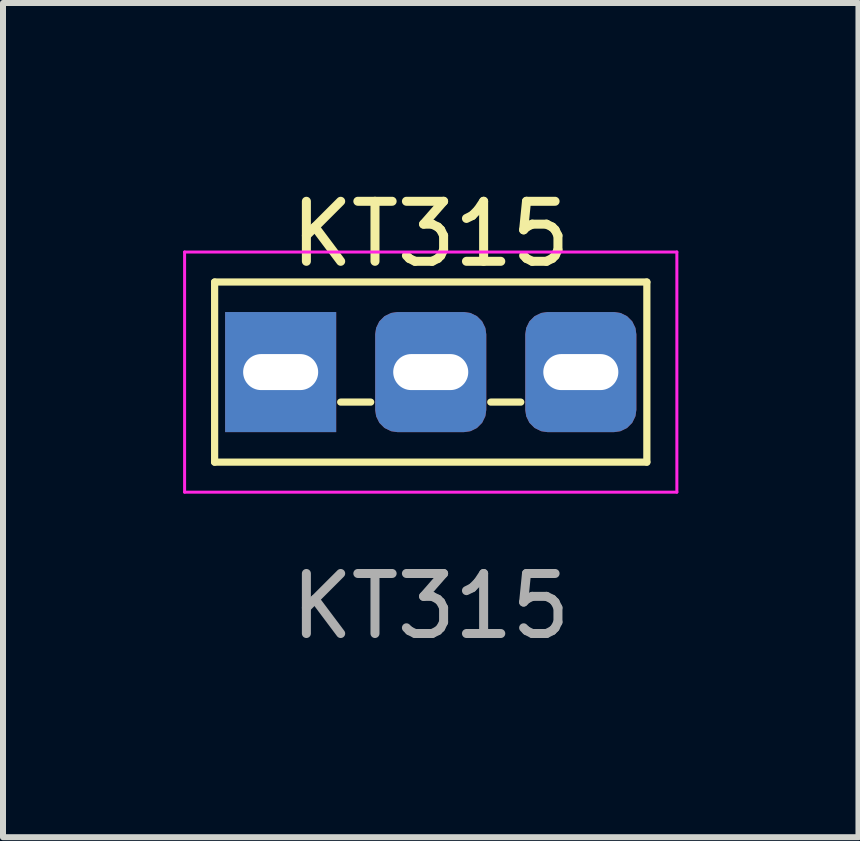
<source format=kicad_pcb>
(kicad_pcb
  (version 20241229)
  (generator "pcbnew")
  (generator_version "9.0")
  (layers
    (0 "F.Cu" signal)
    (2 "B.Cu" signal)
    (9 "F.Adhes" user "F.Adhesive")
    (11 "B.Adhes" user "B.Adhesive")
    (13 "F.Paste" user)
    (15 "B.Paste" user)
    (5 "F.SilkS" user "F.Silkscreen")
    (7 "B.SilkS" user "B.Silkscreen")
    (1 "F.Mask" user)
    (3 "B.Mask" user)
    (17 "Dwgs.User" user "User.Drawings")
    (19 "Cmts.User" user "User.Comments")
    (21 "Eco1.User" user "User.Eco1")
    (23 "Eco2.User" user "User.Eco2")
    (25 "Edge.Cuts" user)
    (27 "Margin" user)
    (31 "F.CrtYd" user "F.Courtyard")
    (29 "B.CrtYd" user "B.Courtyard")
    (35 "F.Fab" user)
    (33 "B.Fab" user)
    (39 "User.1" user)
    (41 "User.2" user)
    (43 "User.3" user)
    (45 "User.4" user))
  (footprint "KT315"
    (layer "F.Cu")
    (at 4.125 3.148)
    (property "Reference" "KT315" (at 0 -2.3 0) (unlocked yes) (layer "F.SilkS") (effects (font (size 1 1) (thickness 0.15))))
    (attr through_hole)
    (fp_line (start -3.6 -1.5) (end 3.6 -1.5) (stroke (width 0.12) (type default)) (layer "F.SilkS"))
    (fp_line (start -3.6 1.5) (end -3.6 -1.5) (stroke (width 0.12) (type default)) (layer "F.SilkS"))
    (fp_line (start -1.5 0.5) (end -1 0.5) (stroke (width 0.12) (type default)) (layer "F.SilkS"))
    (fp_line (start 1 0.5) (end 1.5 0.5) (stroke (width 0.12) (type default)) (layer "F.SilkS"))
    (fp_line (start 3.6 -1.5) (end 3.6 1.5) (stroke (width 0.12) (type default)) (layer "F.SilkS"))
    (fp_line (start 3.6 1.5) (end -3.6 1.5) (stroke (width 0.12) (type default)) (layer "F.SilkS"))
    (fp_line (start -4.1 -2) (end 4.1 -2) (stroke (width 0.05) (type default)) (layer "F.CrtYd"))
    (fp_line (start -4.1 2) (end -4.1 -2) (stroke (width 0.05) (type default)) (layer "F.CrtYd"))
    (fp_line (start 4.1 -2) (end 4.1 2) (stroke (width 0.05) (type default)) (layer "F.CrtYd"))
    (fp_line (start 4.1 2) (end -4.1 2) (stroke (width 0.05) (type default)) (layer "F.CrtYd"))
    (fp_text user "${REFERENCE}" (at 0 3.9 0) (unlocked yes) (layer "F.Fab") (effects (font (size 1 1) (thickness 0.15))))
    (pad "1" thru_hole rect (at -2.5 0) (size 1.85 2) (drill oval 1.25 0.6) (layers "*.Cu" "*.Mask"))
    (pad "2" thru_hole roundrect (at 0 0) (size 1.85 2) (drill oval 1.25 0.6) (layers "*.Cu" "*.Mask") (roundrect_rratio 0.2))
    (pad "3" thru_hole roundrect (at 2.5 0) (size 1.85 2) (drill oval 1.25 0.6) (layers "*.Cu" "*.Mask") (roundrect_rratio 0.2)))
  (gr_rect
    (start -3 -3)
    (end 11.25 10.896)
    (stroke (width 0.1) (type default))
    (fill no)
    (layer "Edge.Cuts")))
</source>
